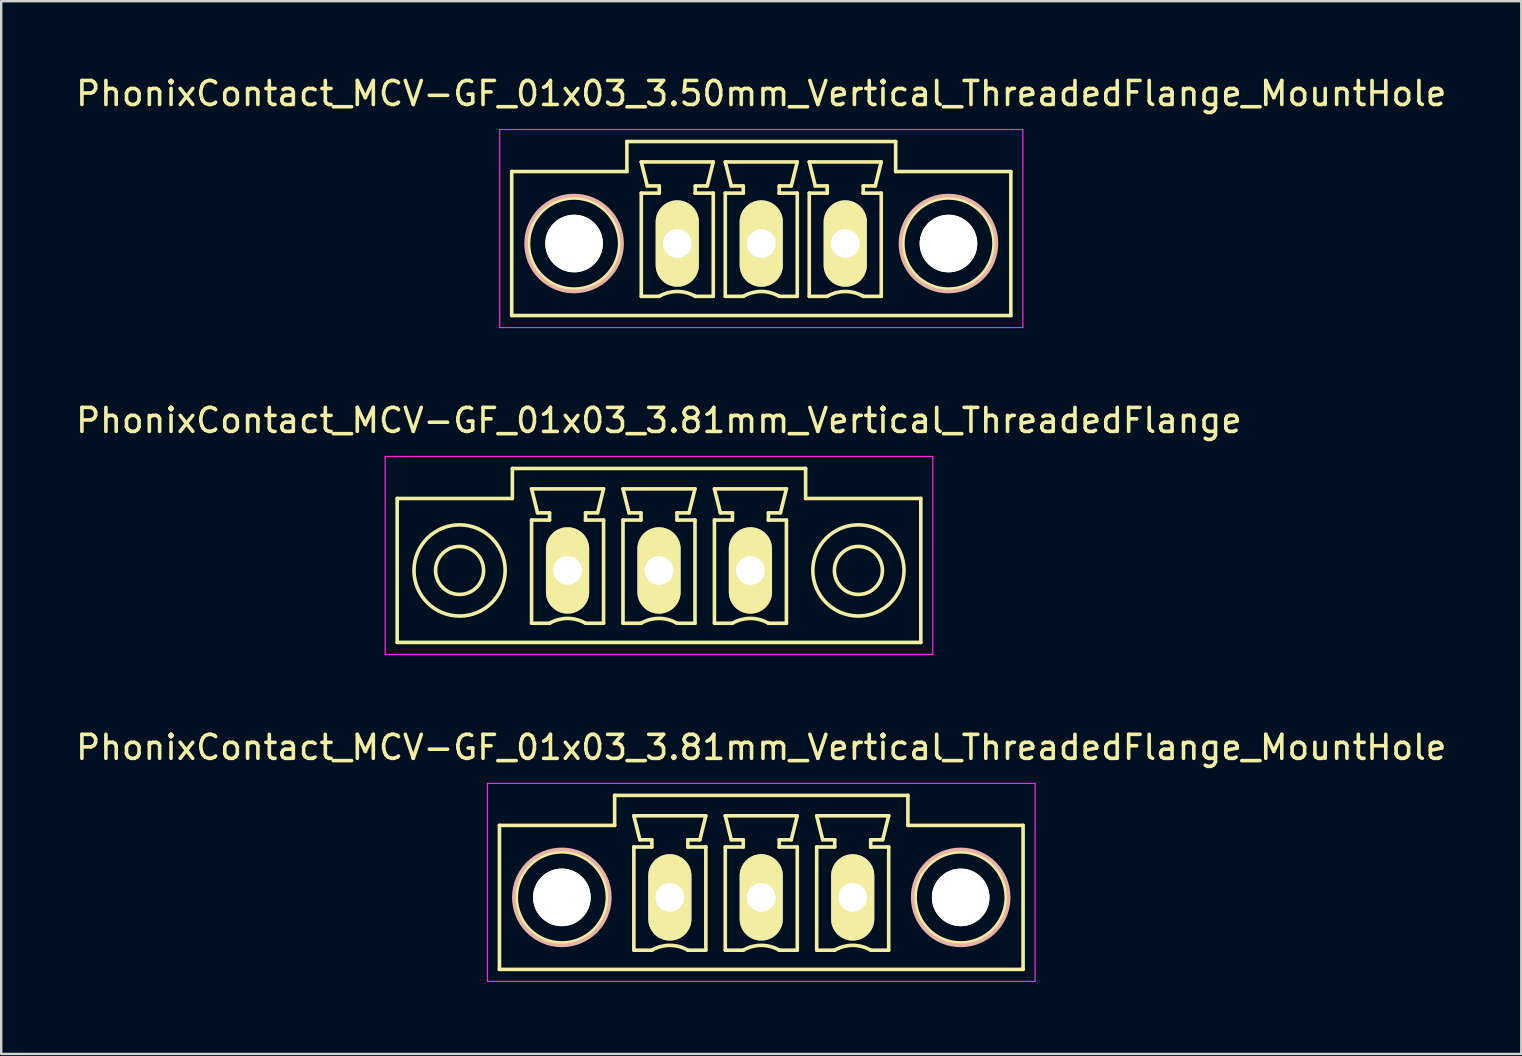
<source format=kicad_pcb>
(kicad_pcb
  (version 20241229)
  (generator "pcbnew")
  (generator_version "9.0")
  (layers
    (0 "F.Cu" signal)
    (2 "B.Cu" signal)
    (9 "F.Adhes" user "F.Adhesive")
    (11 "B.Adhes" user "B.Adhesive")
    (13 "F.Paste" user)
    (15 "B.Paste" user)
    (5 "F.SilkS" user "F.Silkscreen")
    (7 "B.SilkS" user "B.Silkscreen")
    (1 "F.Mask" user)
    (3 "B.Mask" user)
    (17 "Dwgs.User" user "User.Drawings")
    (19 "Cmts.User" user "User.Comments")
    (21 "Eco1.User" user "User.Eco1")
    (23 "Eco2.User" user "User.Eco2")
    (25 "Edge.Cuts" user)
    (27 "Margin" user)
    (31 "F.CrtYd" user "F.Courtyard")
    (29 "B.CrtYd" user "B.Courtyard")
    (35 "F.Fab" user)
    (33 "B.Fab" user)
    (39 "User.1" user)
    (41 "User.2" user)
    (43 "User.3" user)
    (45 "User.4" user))
  (footprint "PhonixContact_MCV-GF_01x03_3.50mm_Vertical_ThreadedFlange_MountHole"
    (layer "F.Cu")
    (at 25.173 7.098)
    (property "Reference" "PhonixContact_MCV-GF_01x03_3.50mm_Vertical_ThreadedFlange_MountHole" (at 3.5 -6.25 0) (layer "F.SilkS") (effects (font (size 1 1) (thickness 0.15))))
    (attr through_hole)
    (fp_line (start -6.9 -3) (end -6.9 3) (stroke (width 0.15) (type solid)) (layer "F.SilkS"))
    (fp_line (start -6.9 3) (end 13.9 3) (stroke (width 0.15) (type solid)) (layer "F.SilkS"))
    (fp_line (start -2.1 -4.25) (end -2.1 -3) (stroke (width 0.15) (type solid)) (layer "F.SilkS"))
    (fp_line (start -2.1 -3) (end -6.9 -3) (stroke (width 0.15) (type solid)) (layer "F.SilkS"))
    (fp_line (start -1.5 -3.4) (end 1.5 -3.4) (stroke (width 0.15) (type solid)) (layer "F.SilkS"))
    (fp_line (start -1.5 -2.1) (end -0.75 -2.1) (stroke (width 0.15) (type solid)) (layer "F.SilkS"))
    (fp_line (start -1.5 2.2) (end -1.5 -2.1) (stroke (width 0.15) (type solid)) (layer "F.SilkS"))
    (fp_line (start -1.25 -2.4) (end -1.5 -3.4) (stroke (width 0.15) (type solid)) (layer "F.SilkS"))
    (fp_line (start -0.75 -2.4) (end -1.25 -2.4) (stroke (width 0.15) (type solid)) (layer "F.SilkS"))
    (fp_line (start -0.75 -2.1) (end -0.75 -2.4) (stroke (width 0.15) (type solid)) (layer "F.SilkS"))
    (fp_line (start -0.75 2.2) (end -1.5 2.2) (stroke (width 0.15) (type solid)) (layer "F.SilkS"))
    (fp_line (start 0.75 -2.4) (end 0.75 -2.1) (stroke (width 0.15) (type solid)) (layer "F.SilkS"))
    (fp_line (start 0.75 -2.1) (end 0.75 -2.1) (stroke (width 0.15) (type solid)) (layer "F.SilkS"))
    (fp_line (start 0.75 -2.1) (end 1.5 -2.1) (stroke (width 0.15) (type solid)) (layer "F.SilkS"))
    (fp_line (start 1.25 -2.4) (end 0.75 -2.4) (stroke (width 0.15) (type solid)) (layer "F.SilkS"))
    (fp_line (start 1.5 -3.4) (end 1.25 -2.4) (stroke (width 0.15) (type solid)) (layer "F.SilkS"))
    (fp_line (start 1.5 -2.1) (end 1.5 2.2) (stroke (width 0.15) (type solid)) (layer "F.SilkS"))
    (fp_line (start 1.5 2.2) (end 0.75 2.2) (stroke (width 0.15) (type solid)) (layer "F.SilkS"))
    (fp_line (start 2 -3.4) (end 5 -3.4) (stroke (width 0.15) (type solid)) (layer "F.SilkS"))
    (fp_line (start 2 -2.1) (end 2.75 -2.1) (stroke (width 0.15) (type solid)) (layer "F.SilkS"))
    (fp_line (start 2 2.2) (end 2 -2.1) (stroke (width 0.15) (type solid)) (layer "F.SilkS"))
    (fp_line (start 2.25 -2.4) (end 2 -3.4) (stroke (width 0.15) (type solid)) (layer "F.SilkS"))
    (fp_line (start 2.75 -2.4) (end 2.25 -2.4) (stroke (width 0.15) (type solid)) (layer "F.SilkS"))
    (fp_line (start 2.75 -2.1) (end 2.75 -2.4) (stroke (width 0.15) (type solid)) (layer "F.SilkS"))
    (fp_line (start 2.75 2.2) (end 2 2.2) (stroke (width 0.15) (type solid)) (layer "F.SilkS"))
    (fp_line (start 4.25 -2.4) (end 4.25 -2.1) (stroke (width 0.15) (type solid)) (layer "F.SilkS"))
    (fp_line (start 4.25 -2.1) (end 4.25 -2.1) (stroke (width 0.15) (type solid)) (layer "F.SilkS"))
    (fp_line (start 4.25 -2.1) (end 5 -2.1) (stroke (width 0.15) (type solid)) (layer "F.SilkS"))
    (fp_line (start 4.75 -2.4) (end 4.25 -2.4) (stroke (width 0.15) (type solid)) (layer "F.SilkS"))
    (fp_line (start 5 -3.4) (end 4.75 -2.4) (stroke (width 0.15) (type solid)) (layer "F.SilkS"))
    (fp_line (start 5 -2.1) (end 5 2.2) (stroke (width 0.15) (type solid)) (layer "F.SilkS"))
    (fp_line (start 5 2.2) (end 4.25 2.2) (stroke (width 0.15) (type solid)) (layer "F.SilkS"))
    (fp_line (start 5.5 -3.4) (end 8.5 -3.4) (stroke (width 0.15) (type solid)) (layer "F.SilkS"))
    (fp_line (start 5.5 -2.1) (end 6.25 -2.1) (stroke (width 0.15) (type solid)) (layer "F.SilkS"))
    (fp_line (start 5.5 2.2) (end 5.5 -2.1) (stroke (width 0.15) (type solid)) (layer "F.SilkS"))
    (fp_line (start 5.75 -2.4) (end 5.5 -3.4) (stroke (width 0.15) (type solid)) (layer "F.SilkS"))
    (fp_line (start 6.25 -2.4) (end 5.75 -2.4) (stroke (width 0.15) (type solid)) (layer "F.SilkS"))
    (fp_line (start 6.25 -2.1) (end 6.25 -2.4) (stroke (width 0.15) (type solid)) (layer "F.SilkS"))
    (fp_line (start 6.25 2.2) (end 5.5 2.2) (stroke (width 0.15) (type solid)) (layer "F.SilkS"))
    (fp_line (start 7.75 -2.4) (end 7.75 -2.1) (stroke (width 0.15) (type solid)) (layer "F.SilkS"))
    (fp_line (start 7.75 -2.1) (end 7.75 -2.1) (stroke (width 0.15) (type solid)) (layer "F.SilkS"))
    (fp_line (start 7.75 -2.1) (end 8.5 -2.1) (stroke (width 0.15) (type solid)) (layer "F.SilkS"))
    (fp_line (start 8.25 -2.4) (end 7.75 -2.4) (stroke (width 0.15) (type solid)) (layer "F.SilkS"))
    (fp_line (start 8.5 -3.4) (end 8.25 -2.4) (stroke (width 0.15) (type solid)) (layer "F.SilkS"))
    (fp_line (start 8.5 -2.1) (end 8.5 2.2) (stroke (width 0.15) (type solid)) (layer "F.SilkS"))
    (fp_line (start 8.5 2.2) (end 7.75 2.2) (stroke (width 0.15) (type solid)) (layer "F.SilkS"))
    (fp_line (start 9.1 -4.25) (end -2.1 -4.25) (stroke (width 0.15) (type solid)) (layer "F.SilkS"))
    (fp_line (start 9.1 -3) (end 9.1 -4.25) (stroke (width 0.15) (type solid)) (layer "F.SilkS"))
    (fp_line (start 13.9 -3) (end 9.1 -3) (stroke (width 0.15) (type solid)) (layer "F.SilkS"))
    (fp_line (start 13.9 3) (end 13.9 -3) (stroke (width 0.15) (type solid)) (layer "F.SilkS"))
    (fp_arc (start -0.75 2.2) (mid -0.006068 1.999179) (end 0.739464 2.193978) (stroke (width 0.15) (type solid)) (layer "F.SilkS"))
    (fp_arc (start 2.75 2.2) (mid 3.493932 1.999179) (end 4.239464 2.193978) (stroke (width 0.15) (type solid)) (layer "F.SilkS"))
    (fp_arc (start 6.25 2.2) (mid 6.993932 1.999179) (end 7.739464 2.193978) (stroke (width 0.15) (type solid)) (layer "F.SilkS"))
    (fp_circle (center -4.3 0) (end -2.4 0) (stroke (width 0.15) (type solid)) (fill no) (layer "F.SilkS"))
    (fp_circle (center 11.3 0) (end 13.2 0) (stroke (width 0.15) (type solid)) (fill no) (layer "F.SilkS"))
    (fp_circle (center -4.3 0) (end -2.3 0) (stroke (width 0.15) (type solid)) (fill no) (layer "B.SilkS"))
    (fp_circle (center 11.3 0) (end 13.3 0) (stroke (width 0.15) (type solid)) (fill no) (layer "B.SilkS"))
    (fp_line (start -7.4 -4.75) (end -7.4 3.5) (stroke (width 0.05) (type solid)) (layer "F.CrtYd"))
    (fp_line (start -7.4 3.5) (end 14.4 3.5) (stroke (width 0.05) (type solid)) (layer "F.CrtYd"))
    (fp_line (start 14.4 -4.75) (end -7.4 -4.75) (stroke (width 0.05) (type solid)) (layer "F.CrtYd"))
    (fp_line (start 14.4 3.5) (end 14.4 -4.75) (stroke (width 0.05) (type solid)) (layer "F.CrtYd"))
    (pad "" np_thru_hole circle (at -4.3 0) (size 2.4 2.4) (drill 2.4) (layers "*.Cu" "*.Mask" "F.SilkS"))
    (pad "" np_thru_hole circle (at 11.3 0) (size 2.4 2.4) (drill 2.4) (layers "*.Cu" "*.Mask" "F.SilkS"))
    (pad "1" thru_hole oval (at 0 0) (size 1.8 3.6) (drill 1.2) (layers "*.Cu" "*.Mask" "F.SilkS"))
    (pad "2" thru_hole oval (at 3.5 0) (size 1.8 3.6) (drill 1.2) (layers "*.Cu" "*.Mask" "F.SilkS"))
    (pad "3" thru_hole oval (at 7 0) (size 1.8 3.6) (drill 1.2) (layers "*.Cu" "*.Mask" "F.SilkS")))
  (footprint "PhonixContact_MCV-GF_01x03_3.81mm_Vertical_ThreadedFlange_MountHole"
    (layer "F.Cu")
    (at 24.863 34.345)
    (property "Reference" "PhonixContact_MCV-GF_01x03_3.81mm_Vertical_ThreadedFlange_MountHole" (at 3.81 -6.25 0) (layer "F.SilkS") (effects (font (size 1 1) (thickness 0.15))))
    (attr through_hole)
    (fp_line (start -7.1 -3) (end -7.1 3) (stroke (width 0.15) (type solid)) (layer "F.SilkS"))
    (fp_line (start -7.1 3) (end 14.72 3) (stroke (width 0.15) (type solid)) (layer "F.SilkS"))
    (fp_line (start -2.3 -4.25) (end -2.3 -3) (stroke (width 0.15) (type solid)) (layer "F.SilkS"))
    (fp_line (start -2.3 -3) (end -7.1 -3) (stroke (width 0.15) (type solid)) (layer "F.SilkS"))
    (fp_line (start -1.5 -3.4) (end 1.5 -3.4) (stroke (width 0.15) (type solid)) (layer "F.SilkS"))
    (fp_line (start -1.5 -2.1) (end -0.75 -2.1) (stroke (width 0.15) (type solid)) (layer "F.SilkS"))
    (fp_line (start -1.5 2.2) (end -1.5 -2.1) (stroke (width 0.15) (type solid)) (layer "F.SilkS"))
    (fp_line (start -1.25 -2.4) (end -1.5 -3.4) (stroke (width 0.15) (type solid)) (layer "F.SilkS"))
    (fp_line (start -0.75 -2.4) (end -1.25 -2.4) (stroke (width 0.15) (type solid)) (layer "F.SilkS"))
    (fp_line (start -0.75 -2.1) (end -0.75 -2.4) (stroke (width 0.15) (type solid)) (layer "F.SilkS"))
    (fp_line (start -0.75 2.2) (end -1.5 2.2) (stroke (width 0.15) (type solid)) (layer "F.SilkS"))
    (fp_line (start 0.75 -2.4) (end 0.75 -2.1) (stroke (width 0.15) (type solid)) (layer "F.SilkS"))
    (fp_line (start 0.75 -2.1) (end 0.75 -2.1) (stroke (width 0.15) (type solid)) (layer "F.SilkS"))
    (fp_line (start 0.75 -2.1) (end 1.5 -2.1) (stroke (width 0.15) (type solid)) (layer "F.SilkS"))
    (fp_line (start 1.25 -2.4) (end 0.75 -2.4) (stroke (width 0.15) (type solid)) (layer "F.SilkS"))
    (fp_line (start 1.5 -3.4) (end 1.25 -2.4) (stroke (width 0.15) (type solid)) (layer "F.SilkS"))
    (fp_line (start 1.5 -2.1) (end 1.5 2.2) (stroke (width 0.15) (type solid)) (layer "F.SilkS"))
    (fp_line (start 1.5 2.2) (end 0.75 2.2) (stroke (width 0.15) (type solid)) (layer "F.SilkS"))
    (fp_line (start 2.31 -3.4) (end 5.31 -3.4) (stroke (width 0.15) (type solid)) (layer "F.SilkS"))
    (fp_line (start 2.31 -2.1) (end 3.06 -2.1) (stroke (width 0.15) (type solid)) (layer "F.SilkS"))
    (fp_line (start 2.31 2.2) (end 2.31 -2.1) (stroke (width 0.15) (type solid)) (layer "F.SilkS"))
    (fp_line (start 2.56 -2.4) (end 2.31 -3.4) (stroke (width 0.15) (type solid)) (layer "F.SilkS"))
    (fp_line (start 3.06 -2.4) (end 2.56 -2.4) (stroke (width 0.15) (type solid)) (layer "F.SilkS"))
    (fp_line (start 3.06 -2.1) (end 3.06 -2.4) (stroke (width 0.15) (type solid)) (layer "F.SilkS"))
    (fp_line (start 3.06 2.2) (end 2.31 2.2) (stroke (width 0.15) (type solid)) (layer "F.SilkS"))
    (fp_line (start 4.56 -2.4) (end 4.56 -2.1) (stroke (width 0.15) (type solid)) (layer "F.SilkS"))
    (fp_line (start 4.56 -2.1) (end 4.56 -2.1) (stroke (width 0.15) (type solid)) (layer "F.SilkS"))
    (fp_line (start 4.56 -2.1) (end 5.31 -2.1) (stroke (width 0.15) (type solid)) (layer "F.SilkS"))
    (fp_line (start 5.06 -2.4) (end 4.56 -2.4) (stroke (width 0.15) (type solid)) (layer "F.SilkS"))
    (fp_line (start 5.31 -3.4) (end 5.06 -2.4) (stroke (width 0.15) (type solid)) (layer "F.SilkS"))
    (fp_line (start 5.31 -2.1) (end 5.31 2.2) (stroke (width 0.15) (type solid)) (layer "F.SilkS"))
    (fp_line (start 5.31 2.2) (end 4.56 2.2) (stroke (width 0.15) (type solid)) (layer "F.SilkS"))
    (fp_line (start 6.12 -3.4) (end 9.12 -3.4) (stroke (width 0.15) (type solid)) (layer "F.SilkS"))
    (fp_line (start 6.12 -2.1) (end 6.87 -2.1) (stroke (width 0.15) (type solid)) (layer "F.SilkS"))
    (fp_line (start 6.12 2.2) (end 6.12 -2.1) (stroke (width 0.15) (type solid)) (layer "F.SilkS"))
    (fp_line (start 6.37 -2.4) (end 6.12 -3.4) (stroke (width 0.15) (type solid)) (layer "F.SilkS"))
    (fp_line (start 6.87 -2.4) (end 6.37 -2.4) (stroke (width 0.15) (type solid)) (layer "F.SilkS"))
    (fp_line (start 6.87 -2.1) (end 6.87 -2.4) (stroke (width 0.15) (type solid)) (layer "F.SilkS"))
    (fp_line (start 6.87 2.2) (end 6.12 2.2) (stroke (width 0.15) (type solid)) (layer "F.SilkS"))
    (fp_line (start 8.37 -2.4) (end 8.37 -2.1) (stroke (width 0.15) (type solid)) (layer "F.SilkS"))
    (fp_line (start 8.37 -2.1) (end 8.37 -2.1) (stroke (width 0.15) (type solid)) (layer "F.SilkS"))
    (fp_line (start 8.37 -2.1) (end 9.12 -2.1) (stroke (width 0.15) (type solid)) (layer "F.SilkS"))
    (fp_line (start 8.87 -2.4) (end 8.37 -2.4) (stroke (width 0.15) (type solid)) (layer "F.SilkS"))
    (fp_line (start 9.12 -3.4) (end 8.87 -2.4) (stroke (width 0.15) (type solid)) (layer "F.SilkS"))
    (fp_line (start 9.12 -2.1) (end 9.12 2.2) (stroke (width 0.15) (type solid)) (layer "F.SilkS"))
    (fp_line (start 9.12 2.2) (end 8.37 2.2) (stroke (width 0.15) (type solid)) (layer "F.SilkS"))
    (fp_line (start 9.92 -4.25) (end -2.3 -4.25) (stroke (width 0.15) (type solid)) (layer "F.SilkS"))
    (fp_line (start 9.92 -3) (end 9.92 -4.25) (stroke (width 0.15) (type solid)) (layer "F.SilkS"))
    (fp_line (start 14.72 -3) (end 9.92 -3) (stroke (width 0.15) (type solid)) (layer "F.SilkS"))
    (fp_line (start 14.72 3) (end 14.72 -3) (stroke (width 0.15) (type solid)) (layer "F.SilkS"))
    (fp_arc (start -0.75 2.2) (mid -0.006068 1.999179) (end 0.739464 2.193978) (stroke (width 0.15) (type solid)) (layer "F.SilkS"))
    (fp_arc (start 3.06 2.2) (mid 3.803932 1.999179) (end 4.549464 2.193978) (stroke (width 0.15) (type solid)) (layer "F.SilkS"))
    (fp_arc (start 6.87 2.2) (mid 7.613932 1.999179) (end 8.359464 2.193978) (stroke (width 0.15) (type solid)) (layer "F.SilkS"))
    (fp_circle (center -4.5 0) (end -2.6 0) (stroke (width 0.15) (type solid)) (fill no) (layer "F.SilkS"))
    (fp_circle (center 12.12 0) (end 14.02 0) (stroke (width 0.15) (type solid)) (fill no) (layer "F.SilkS"))
    (fp_circle (center -4.5 0) (end -2.5 0) (stroke (width 0.15) (type solid)) (fill no) (layer "B.SilkS"))
    (fp_circle (center 12.12 0) (end 14.12 0) (stroke (width 0.15) (type solid)) (fill no) (layer "B.SilkS"))
    (fp_line (start -7.6 -4.75) (end -7.6 3.5) (stroke (width 0.05) (type solid)) (layer "F.CrtYd"))
    (fp_line (start -7.6 3.5) (end 15.22 3.5) (stroke (width 0.05) (type solid)) (layer "F.CrtYd"))
    (fp_line (start 15.22 -4.75) (end -7.6 -4.75) (stroke (width 0.05) (type solid)) (layer "F.CrtYd"))
    (fp_line (start 15.22 3.5) (end 15.22 -4.75) (stroke (width 0.05) (type solid)) (layer "F.CrtYd"))
    (pad "" np_thru_hole circle (at -4.5 0) (size 2.4 2.4) (drill 2.4) (layers "*.Cu" "*.Mask" "F.SilkS"))
    (pad "" np_thru_hole circle (at 12.12 0) (size 2.4 2.4) (drill 2.4) (layers "*.Cu" "*.Mask" "F.SilkS"))
    (pad "1" thru_hole oval (at 0 0) (size 1.8 3.6) (drill 1.2) (layers "*.Cu" "*.Mask" "F.SilkS"))
    (pad "2" thru_hole oval (at 3.81 0) (size 1.8 3.6) (drill 1.2) (layers "*.Cu" "*.Mask" "F.SilkS"))
    (pad "3" thru_hole oval (at 7.62 0) (size 1.8 3.6) (drill 1.2) (layers "*.Cu" "*.Mask" "F.SilkS")))
  (footprint "PhonixContact_MCV-GF_01x03_3.81mm_Vertical_ThreadedFlange"
    (layer "F.Cu")
    (at 20.601 20.721)
    (property "Reference" "PhonixContact_MCV-GF_01x03_3.81mm_Vertical_ThreadedFlange" (at 3.81 -6.25 0) (layer "F.SilkS") (effects (font (size 1 1) (thickness 0.15))))
    (attr through_hole)
    (fp_line (start -7.1 -3) (end -7.1 3) (stroke (width 0.15) (type solid)) (layer "F.SilkS"))
    (fp_line (start -7.1 3) (end 14.72 3) (stroke (width 0.15) (type solid)) (layer "F.SilkS"))
    (fp_line (start -2.3 -4.25) (end -2.3 -3) (stroke (width 0.15) (type solid)) (layer "F.SilkS"))
    (fp_line (start -2.3 -3) (end -7.1 -3) (stroke (width 0.15) (type solid)) (layer "F.SilkS"))
    (fp_line (start -1.5 -3.4) (end 1.5 -3.4) (stroke (width 0.15) (type solid)) (layer "F.SilkS"))
    (fp_line (start -1.5 -2.1) (end -0.75 -2.1) (stroke (width 0.15) (type solid)) (layer "F.SilkS"))
    (fp_line (start -1.5 2.2) (end -1.5 -2.1) (stroke (width 0.15) (type solid)) (layer "F.SilkS"))
    (fp_line (start -1.25 -2.4) (end -1.5 -3.4) (stroke (width 0.15) (type solid)) (layer "F.SilkS"))
    (fp_line (start -0.75 -2.4) (end -1.25 -2.4) (stroke (width 0.15) (type solid)) (layer "F.SilkS"))
    (fp_line (start -0.75 -2.1) (end -0.75 -2.4) (stroke (width 0.15) (type solid)) (layer "F.SilkS"))
    (fp_line (start -0.75 2.2) (end -1.5 2.2) (stroke (width 0.15) (type solid)) (layer "F.SilkS"))
    (fp_line (start 0.75 -2.4) (end 0.75 -2.1) (stroke (width 0.15) (type solid)) (layer "F.SilkS"))
    (fp_line (start 0.75 -2.1) (end 0.75 -2.1) (stroke (width 0.15) (type solid)) (layer "F.SilkS"))
    (fp_line (start 0.75 -2.1) (end 1.5 -2.1) (stroke (width 0.15) (type solid)) (layer "F.SilkS"))
    (fp_line (start 1.25 -2.4) (end 0.75 -2.4) (stroke (width 0.15) (type solid)) (layer "F.SilkS"))
    (fp_line (start 1.5 -3.4) (end 1.25 -2.4) (stroke (width 0.15) (type solid)) (layer "F.SilkS"))
    (fp_line (start 1.5 -2.1) (end 1.5 2.2) (stroke (width 0.15) (type solid)) (layer "F.SilkS"))
    (fp_line (start 1.5 2.2) (end 0.75 2.2) (stroke (width 0.15) (type solid)) (layer "F.SilkS"))
    (fp_line (start 2.31 -3.4) (end 5.31 -3.4) (stroke (width 0.15) (type solid)) (layer "F.SilkS"))
    (fp_line (start 2.31 -2.1) (end 3.06 -2.1) (stroke (width 0.15) (type solid)) (layer "F.SilkS"))
    (fp_line (start 2.31 2.2) (end 2.31 -2.1) (stroke (width 0.15) (type solid)) (layer "F.SilkS"))
    (fp_line (start 2.56 -2.4) (end 2.31 -3.4) (stroke (width 0.15) (type solid)) (layer "F.SilkS"))
    (fp_line (start 3.06 -2.4) (end 2.56 -2.4) (stroke (width 0.15) (type solid)) (layer "F.SilkS"))
    (fp_line (start 3.06 -2.1) (end 3.06 -2.4) (stroke (width 0.15) (type solid)) (layer "F.SilkS"))
    (fp_line (start 3.06 2.2) (end 2.31 2.2) (stroke (width 0.15) (type solid)) (layer "F.SilkS"))
    (fp_line (start 4.56 -2.4) (end 4.56 -2.1) (stroke (width 0.15) (type solid)) (layer "F.SilkS"))
    (fp_line (start 4.56 -2.1) (end 4.56 -2.1) (stroke (width 0.15) (type solid)) (layer "F.SilkS"))
    (fp_line (start 4.56 -2.1) (end 5.31 -2.1) (stroke (width 0.15) (type solid)) (layer "F.SilkS"))
    (fp_line (start 5.06 -2.4) (end 4.56 -2.4) (stroke (width 0.15) (type solid)) (layer "F.SilkS"))
    (fp_line (start 5.31 -3.4) (end 5.06 -2.4) (stroke (width 0.15) (type solid)) (layer "F.SilkS"))
    (fp_line (start 5.31 -2.1) (end 5.31 2.2) (stroke (width 0.15) (type solid)) (layer "F.SilkS"))
    (fp_line (start 5.31 2.2) (end 4.56 2.2) (stroke (width 0.15) (type solid)) (layer "F.SilkS"))
    (fp_line (start 6.12 -3.4) (end 9.12 -3.4) (stroke (width 0.15) (type solid)) (layer "F.SilkS"))
    (fp_line (start 6.12 -2.1) (end 6.87 -2.1) (stroke (width 0.15) (type solid)) (layer "F.SilkS"))
    (fp_line (start 6.12 2.2) (end 6.12 -2.1) (stroke (width 0.15) (type solid)) (layer "F.SilkS"))
    (fp_line (start 6.37 -2.4) (end 6.12 -3.4) (stroke (width 0.15) (type solid)) (layer "F.SilkS"))
    (fp_line (start 6.87 -2.4) (end 6.37 -2.4) (stroke (width 0.15) (type solid)) (layer "F.SilkS"))
    (fp_line (start 6.87 -2.1) (end 6.87 -2.4) (stroke (width 0.15) (type solid)) (layer "F.SilkS"))
    (fp_line (start 6.87 2.2) (end 6.12 2.2) (stroke (width 0.15) (type solid)) (layer "F.SilkS"))
    (fp_line (start 8.37 -2.4) (end 8.37 -2.1) (stroke (width 0.15) (type solid)) (layer "F.SilkS"))
    (fp_line (start 8.37 -2.1) (end 8.37 -2.1) (stroke (width 0.15) (type solid)) (layer "F.SilkS"))
    (fp_line (start 8.37 -2.1) (end 9.12 -2.1) (stroke (width 0.15) (type solid)) (layer "F.SilkS"))
    (fp_line (start 8.87 -2.4) (end 8.37 -2.4) (stroke (width 0.15) (type solid)) (layer "F.SilkS"))
    (fp_line (start 9.12 -3.4) (end 8.87 -2.4) (stroke (width 0.15) (type solid)) (layer "F.SilkS"))
    (fp_line (start 9.12 -2.1) (end 9.12 2.2) (stroke (width 0.15) (type solid)) (layer "F.SilkS"))
    (fp_line (start 9.12 2.2) (end 8.37 2.2) (stroke (width 0.15) (type solid)) (layer "F.SilkS"))
    (fp_line (start 9.92 -4.25) (end -2.3 -4.25) (stroke (width 0.15) (type solid)) (layer "F.SilkS"))
    (fp_line (start 9.92 -3) (end 9.92 -4.25) (stroke (width 0.15) (type solid)) (layer "F.SilkS"))
    (fp_line (start 14.72 -3) (end 9.92 -3) (stroke (width 0.15) (type solid)) (layer "F.SilkS"))
    (fp_line (start 14.72 3) (end 14.72 -3) (stroke (width 0.15) (type solid)) (layer "F.SilkS"))
    (fp_arc (start -0.75 2.2) (mid -0.006068 1.999179) (end 0.739464 2.193978) (stroke (width 0.15) (type solid)) (layer "F.SilkS"))
    (fp_arc (start 3.06 2.2) (mid 3.803932 1.999179) (end 4.549464 2.193978) (stroke (width 0.15) (type solid)) (layer "F.SilkS"))
    (fp_arc (start 6.87 2.2) (mid 7.613932 1.999179) (end 8.359464 2.193978) (stroke (width 0.15) (type solid)) (layer "F.SilkS"))
    (fp_circle (center -4.5 0) (end -3.5 0) (stroke (width 0.15) (type solid)) (fill no) (layer "F.SilkS"))
    (fp_circle (center -4.5 0) (end -2.6 0) (stroke (width 0.15) (type solid)) (fill no) (layer "F.SilkS"))
    (fp_circle (center 12.12 0) (end 13.12 0) (stroke (width 0.15) (type solid)) (fill no) (layer "F.SilkS"))
    (fp_circle (center 12.12 0) (end 14.02 0) (stroke (width 0.15) (type solid)) (fill no) (layer "F.SilkS"))
    (fp_line (start -7.6 -4.75) (end -7.6 3.5) (stroke (width 0.05) (type solid)) (layer "F.CrtYd"))
    (fp_line (start -7.6 3.5) (end 15.22 3.5) (stroke (width 0.05) (type solid)) (layer "F.CrtYd"))
    (fp_line (start 15.22 -4.75) (end -7.6 -4.75) (stroke (width 0.05) (type solid)) (layer "F.CrtYd"))
    (fp_line (start 15.22 3.5) (end 15.22 -4.75) (stroke (width 0.05) (type solid)) (layer "F.CrtYd"))
    (pad "1" thru_hole oval (at 0 0) (size 1.8 3.6) (drill 1.2) (layers "*.Cu" "*.Mask" "F.SilkS"))
    (pad "2" thru_hole oval (at 3.81 0) (size 1.8 3.6) (drill 1.2) (layers "*.Cu" "*.Mask" "F.SilkS"))
    (pad "3" thru_hole oval (at 7.62 0) (size 1.8 3.6) (drill 1.2) (layers "*.Cu" "*.Mask" "F.SilkS")))
  (gr_rect
    (start -3 -3)
    (end 60.345 40.87)
    (stroke (width 0.1) (type default))
    (fill no)
    (layer "Edge.Cuts")))
</source>
